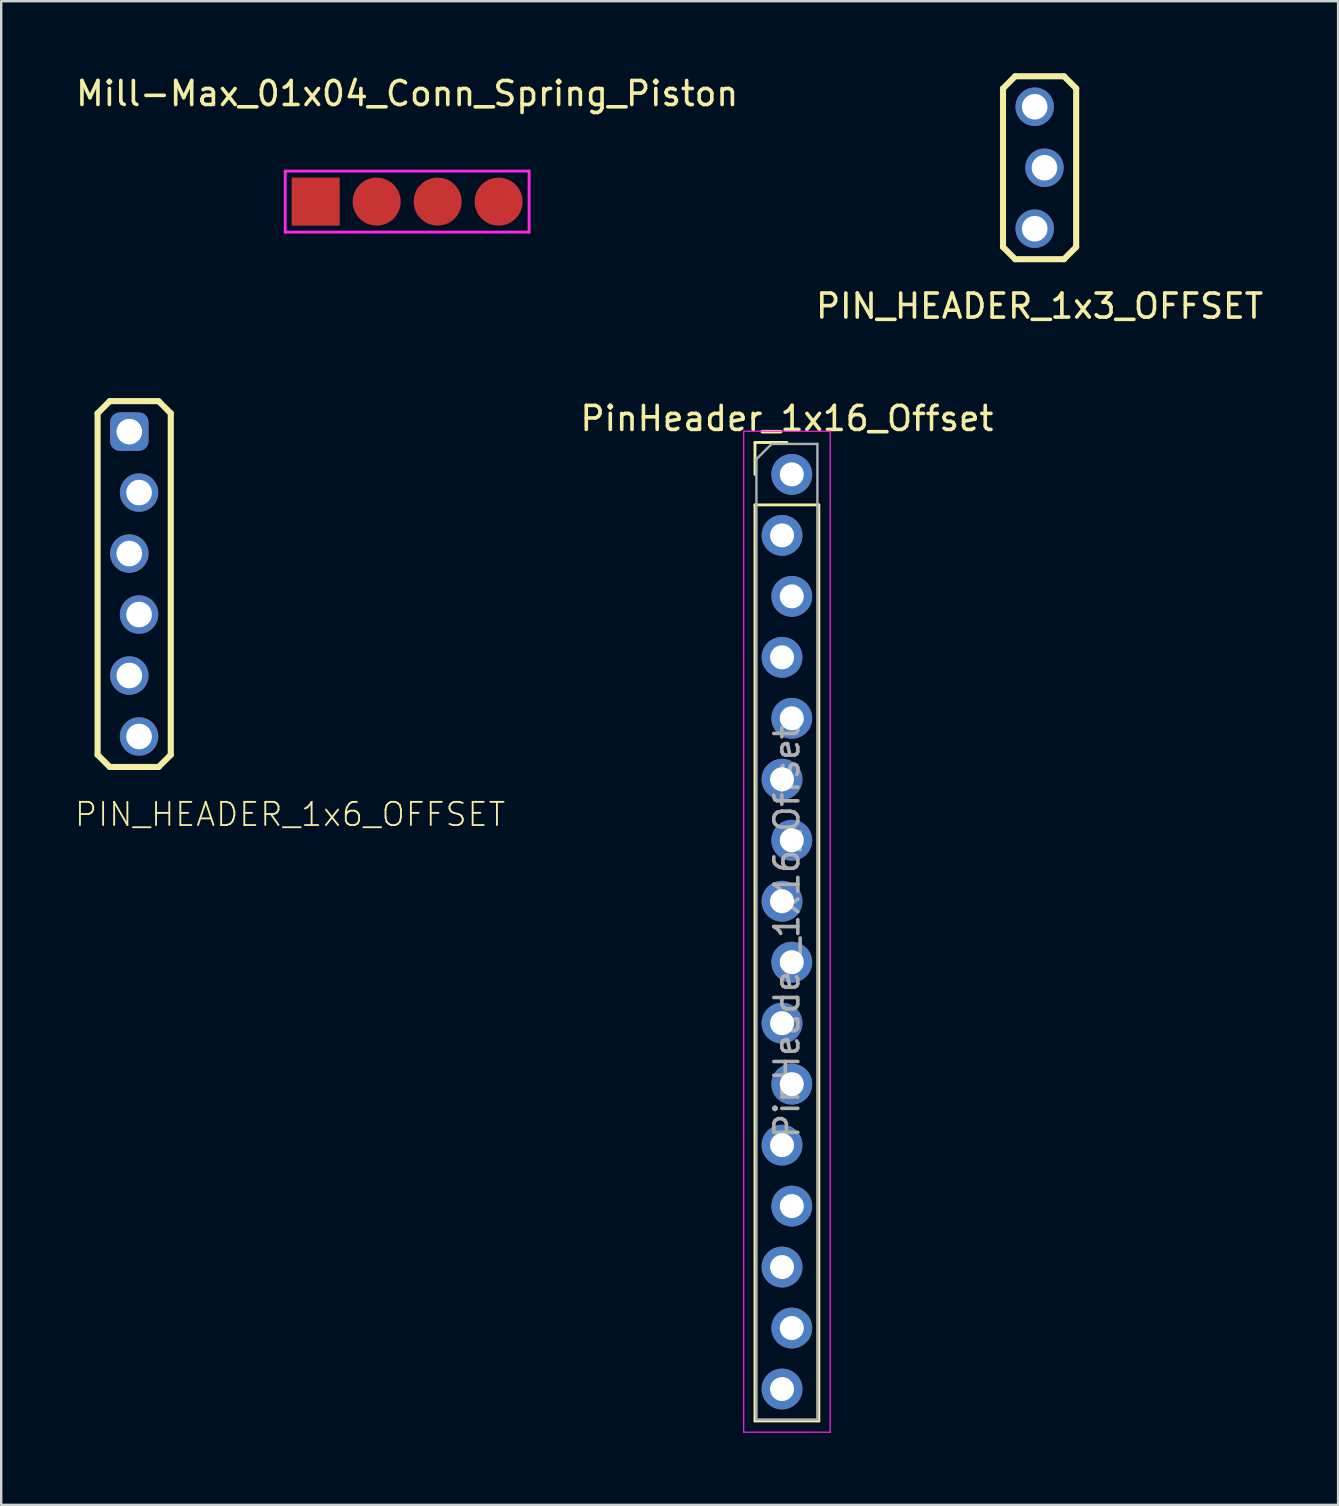
<source format=kicad_pcb>
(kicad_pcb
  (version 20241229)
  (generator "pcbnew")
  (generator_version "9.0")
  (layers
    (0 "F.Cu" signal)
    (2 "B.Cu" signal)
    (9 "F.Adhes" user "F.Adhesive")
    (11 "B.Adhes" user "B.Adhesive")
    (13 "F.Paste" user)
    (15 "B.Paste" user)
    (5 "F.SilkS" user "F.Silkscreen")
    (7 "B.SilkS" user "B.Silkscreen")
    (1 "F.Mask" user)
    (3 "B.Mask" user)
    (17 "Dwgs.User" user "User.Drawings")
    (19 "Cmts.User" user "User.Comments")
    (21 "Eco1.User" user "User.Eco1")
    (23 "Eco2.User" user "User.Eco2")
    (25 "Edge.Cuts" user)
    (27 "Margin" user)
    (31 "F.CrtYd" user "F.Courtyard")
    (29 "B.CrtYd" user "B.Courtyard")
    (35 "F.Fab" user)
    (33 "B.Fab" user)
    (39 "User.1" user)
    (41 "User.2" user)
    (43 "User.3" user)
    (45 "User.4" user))
  (footprint "PinHeader_1x16_Offset"
    (layer "F.Cu")
    (at 29.73 16.712)
    (property "Reference" "PinHeader_1x16_Offset" (at 0 -2.33 0) (layer "F.SilkS") (effects (font (size 1 1) (thickness 0.15))))
    (attr through_hole)
    (fp_line (start -1.33 -1.33) (end 0 -1.33) (stroke (width 0.12) (type solid)) (layer "F.SilkS"))
    (fp_line (start -1.33 0) (end -1.33 -1.33) (stroke (width 0.12) (type solid)) (layer "F.SilkS"))
    (fp_line (start -1.33 1.27) (end -1.33 39.43) (stroke (width 0.12) (type solid)) (layer "F.SilkS"))
    (fp_line (start -1.33 1.27) (end 1.33 1.27) (stroke (width 0.12) (type solid)) (layer "F.SilkS"))
    (fp_line (start -1.33 39.43) (end 1.33 39.43) (stroke (width 0.12) (type solid)) (layer "F.SilkS"))
    (fp_line (start 1.33 1.27) (end 1.33 39.43) (stroke (width 0.12) (type solid)) (layer "F.SilkS"))
    (fp_line (start -1.8 -1.8) (end -1.8 39.9) (stroke (width 0.05) (type solid)) (layer "F.CrtYd"))
    (fp_line (start -1.8 39.9) (end 1.8 39.9) (stroke (width 0.05) (type solid)) (layer "F.CrtYd"))
    (fp_line (start 1.8 -1.8) (end -1.8 -1.8) (stroke (width 0.05) (type solid)) (layer "F.CrtYd"))
    (fp_line (start 1.8 39.9) (end 1.8 -1.8) (stroke (width 0.05) (type solid)) (layer "F.CrtYd"))
    (fp_line (start -1.27 -0.635) (end -0.635 -1.27) (stroke (width 0.1) (type solid)) (layer "F.Fab"))
    (fp_line (start -1.27 39.37) (end -1.27 -0.635) (stroke (width 0.1) (type solid)) (layer "F.Fab"))
    (fp_line (start -0.635 -1.27) (end 1.27 -1.27) (stroke (width 0.1) (type solid)) (layer "F.Fab"))
    (fp_line (start 1.27 -1.27) (end 1.27 39.37) (stroke (width 0.1) (type solid)) (layer "F.Fab"))
    (fp_line (start 1.27 39.37) (end -1.27 39.37) (stroke (width 0.1) (type solid)) (layer "F.Fab"))
    (fp_text user "${REFERENCE}" (at 0 19.05 90) (layer "F.Fab") (effects (font (size 1 1) (thickness 0.15))))
    (pad "1" thru_hole circle (at 0.203 0) (size 1.7 1.7) (drill 1) (layers "*.Cu" "*.Mask"))
    (pad "2" thru_hole oval (at -0.203 2.54) (size 1.7 1.7) (drill 1) (layers "*.Cu" "*.Mask"))
    (pad "3" thru_hole oval (at 0.203 5.08) (size 1.7 1.7) (drill 1) (layers "*.Cu" "*.Mask"))
    (pad "4" thru_hole oval (at -0.203 7.62) (size 1.7 1.7) (drill 1) (layers "*.Cu" "*.Mask"))
    (pad "5" thru_hole oval (at 0.203 10.16) (size 1.7 1.7) (drill 1) (layers "*.Cu" "*.Mask"))
    (pad "6" thru_hole oval (at -0.203 12.7) (size 1.7 1.7) (drill 1) (layers "*.Cu" "*.Mask"))
    (pad "7" thru_hole oval (at 0.203 15.24) (size 1.7 1.7) (drill 1) (layers "*.Cu" "*.Mask"))
    (pad "8" thru_hole oval (at -0.203 17.78) (size 1.7 1.7) (drill 1) (layers "*.Cu" "*.Mask"))
    (pad "9" thru_hole oval (at 0.203 20.32) (size 1.7 1.7) (drill 1) (layers "*.Cu" "*.Mask"))
    (pad "10" thru_hole oval (at -0.203 22.86) (size 1.7 1.7) (drill 1) (layers "*.Cu" "*.Mask"))
    (pad "11" thru_hole oval (at 0.203 25.4) (size 1.7 1.7) (drill 1) (layers "*.Cu" "*.Mask"))
    (pad "12" thru_hole oval (at -0.203 27.94) (size 1.7 1.7) (drill 1) (layers "*.Cu" "*.Mask"))
    (pad "13" thru_hole oval (at 0.203 30.48) (size 1.7 1.7) (drill 1) (layers "*.Cu" "*.Mask"))
    (pad "14" thru_hole oval (at -0.203 33.02) (size 1.7 1.7) (drill 1) (layers "*.Cu" "*.Mask"))
    (pad "15" thru_hole oval (at 0.203 35.56) (size 1.7 1.7) (drill 1) (layers "*.Cu" "*.Mask"))
    (pad "16" thru_hole oval (at -0.203 38.1) (size 1.7 1.7) (drill 1) (layers "*.Cu" "*.Mask")))
  (footprint "Mill-Max_01x04_Conn_Spring_Piston"
    (layer "F.Cu")
    (at 13.911 5.348)
    (property "Reference" "Mill-Max_01x04_Conn_Spring_Piston" (at 0 -4.5 0) (layer "F.SilkS") (effects (font (size 1 1) (thickness 0.15))))
    (attr through_hole)
    (fp_line (start -5.08 -1.27) (end 5.08 -1.27) (stroke (width 0.12) (type solid)) (layer "F.CrtYd"))
    (fp_line (start -5.08 1.27) (end -5.08 -1.27) (stroke (width 0.12) (type solid)) (layer "F.CrtYd"))
    (fp_line (start 5.08 -1.27) (end 5.08 1.27) (stroke (width 0.12) (type solid)) (layer "F.CrtYd"))
    (fp_line (start 5.08 1.27) (end -5.08 1.27) (stroke (width 0.12) (type solid)) (layer "F.CrtYd"))
    (pad "1" smd rect (at -3.81 0) (size 2 2) (layers "F.Cu" "F.Mask" "F.Paste"))
    (pad "2" smd circle (at -1.27 0) (size 2 2) (layers "F.Cu" "F.Mask" "F.Paste"))
    (pad "3" smd circle (at 1.27 0) (size 2 2) (layers "F.Cu" "F.Mask" "F.Paste"))
    (pad "4" smd circle (at 3.81 0) (size 2 2) (layers "F.Cu" "F.Mask" "F.Paste")))
  (footprint "PIN_HEADER_1x3_OFFSET"
    (layer "F.Cu")
    (at 40.256 3.937)
    (property "Reference" "PIN_HEADER_1x3_OFFSET" (at 0 6.35 0) (layer "F.SilkS") (effects (font (size 1 1) (thickness 0.15)) (justify bottom)))
    (attr through_hole)
    (fp_line (start -1.524 -3.302) (end -1.016 -3.81) (stroke (width 0.254) (type solid)) (layer "F.SilkS"))
    (fp_line (start -1.524 3.302) (end -1.524 -3.302) (stroke (width 0.254) (type solid)) (layer "F.SilkS"))
    (fp_line (start -1.016 -3.81) (end 1.016 -3.81) (stroke (width 0.254) (type solid)) (layer "F.SilkS"))
    (fp_line (start -1.016 3.81) (end -1.524 3.302) (stroke (width 0.254) (type solid)) (layer "F.SilkS"))
    (fp_line (start 1.016 -3.81) (end 1.524 -3.302) (stroke (width 0.254) (type solid)) (layer "F.SilkS"))
    (fp_line (start 1.016 3.81) (end -1.016 3.81) (stroke (width 0.254) (type solid)) (layer "F.SilkS"))
    (fp_line (start 1.524 -3.302) (end 1.524 3.302) (stroke (width 0.254) (type solid)) (layer "F.SilkS"))
    (fp_line (start 1.524 3.302) (end 1.016 3.81) (stroke (width 0.254) (type solid)) (layer "F.SilkS"))
    (pad "1" thru_hole circle (at -0.203 -2.54) (size 1.6 1.6) (drill 1.067) (layers "*.Cu" "*.Mask"))
    (pad "2" thru_hole circle (at 0.203 0) (size 1.6 1.6) (drill 1.067) (layers "*.Cu" "*.Mask"))
    (pad "3" thru_hole circle (at -0.203 2.54) (size 1.6 1.6) (drill 1.067) (layers "*.Cu" "*.Mask")))
  (footprint "PIN_HEADER_1x6_OFFSET"
    (layer "F.Cu")
    (at 2.54 21.28)
    (property "Reference" "PIN_HEADER_1x6_OFFSET" (at -2.54 10.16 0) (layer "F.SilkS") (effects (font (size 0.965 0.965) (thickness 0.077)) (justify left bottom)))
    (attr through_hole)
    (fp_line (start -1.524 -7.112) (end -1.016 -7.62) (stroke (width 0.254) (type solid)) (layer "F.SilkS"))
    (fp_line (start -1.524 7.112) (end -1.524 -7.112) (stroke (width 0.254) (type solid)) (layer "F.SilkS"))
    (fp_line (start -1.016 -7.62) (end 1.016 -7.62) (stroke (width 0.254) (type solid)) (layer "F.SilkS"))
    (fp_line (start -1.016 7.62) (end -1.524 7.112) (stroke (width 0.254) (type solid)) (layer "F.SilkS"))
    (fp_line (start 1.016 -7.62) (end 1.524 -7.112) (stroke (width 0.254) (type solid)) (layer "F.SilkS"))
    (fp_line (start 1.016 7.62) (end -1.016 7.62) (stroke (width 0.254) (type solid)) (layer "F.SilkS"))
    (fp_line (start 1.524 -7.112) (end 1.524 7.112) (stroke (width 0.254) (type solid)) (layer "F.SilkS"))
    (fp_line (start 1.524 7.112) (end 1.016 7.62) (stroke (width 0.254) (type solid)) (layer "F.SilkS"))
    (pad "1" thru_hole roundrect (at -0.203 -6.35) (size 1.6 1.6) (drill 1.067) (layers "*.Cu" "*.Mask") (roundrect_rratio 0.25))
    (pad "2" thru_hole circle (at 0.203 -3.81) (size 1.6 1.6) (drill 1.067) (layers "*.Cu" "*.Mask"))
    (pad "3" thru_hole circle (at -0.203 -1.27) (size 1.6 1.6) (drill 1.067) (layers "*.Cu" "*.Mask"))
    (pad "4" thru_hole circle (at 0.203 1.27) (size 1.6 1.6) (drill 1.067) (layers "*.Cu" "*.Mask"))
    (pad "5" thru_hole circle (at -0.203 3.81) (size 1.6 1.6) (drill 1.067) (layers "*.Cu" "*.Mask"))
    (pad "6" thru_hole circle (at 0.203 6.35) (size 1.6 1.6) (drill 1.067) (layers "*.Cu" "*.Mask")))
  (gr_rect
    (start -3 -3)
    (end 52.69 59.637)
    (stroke (width 0.1) (type default))
    (fill no)
    (layer "Edge.Cuts")))
</source>
